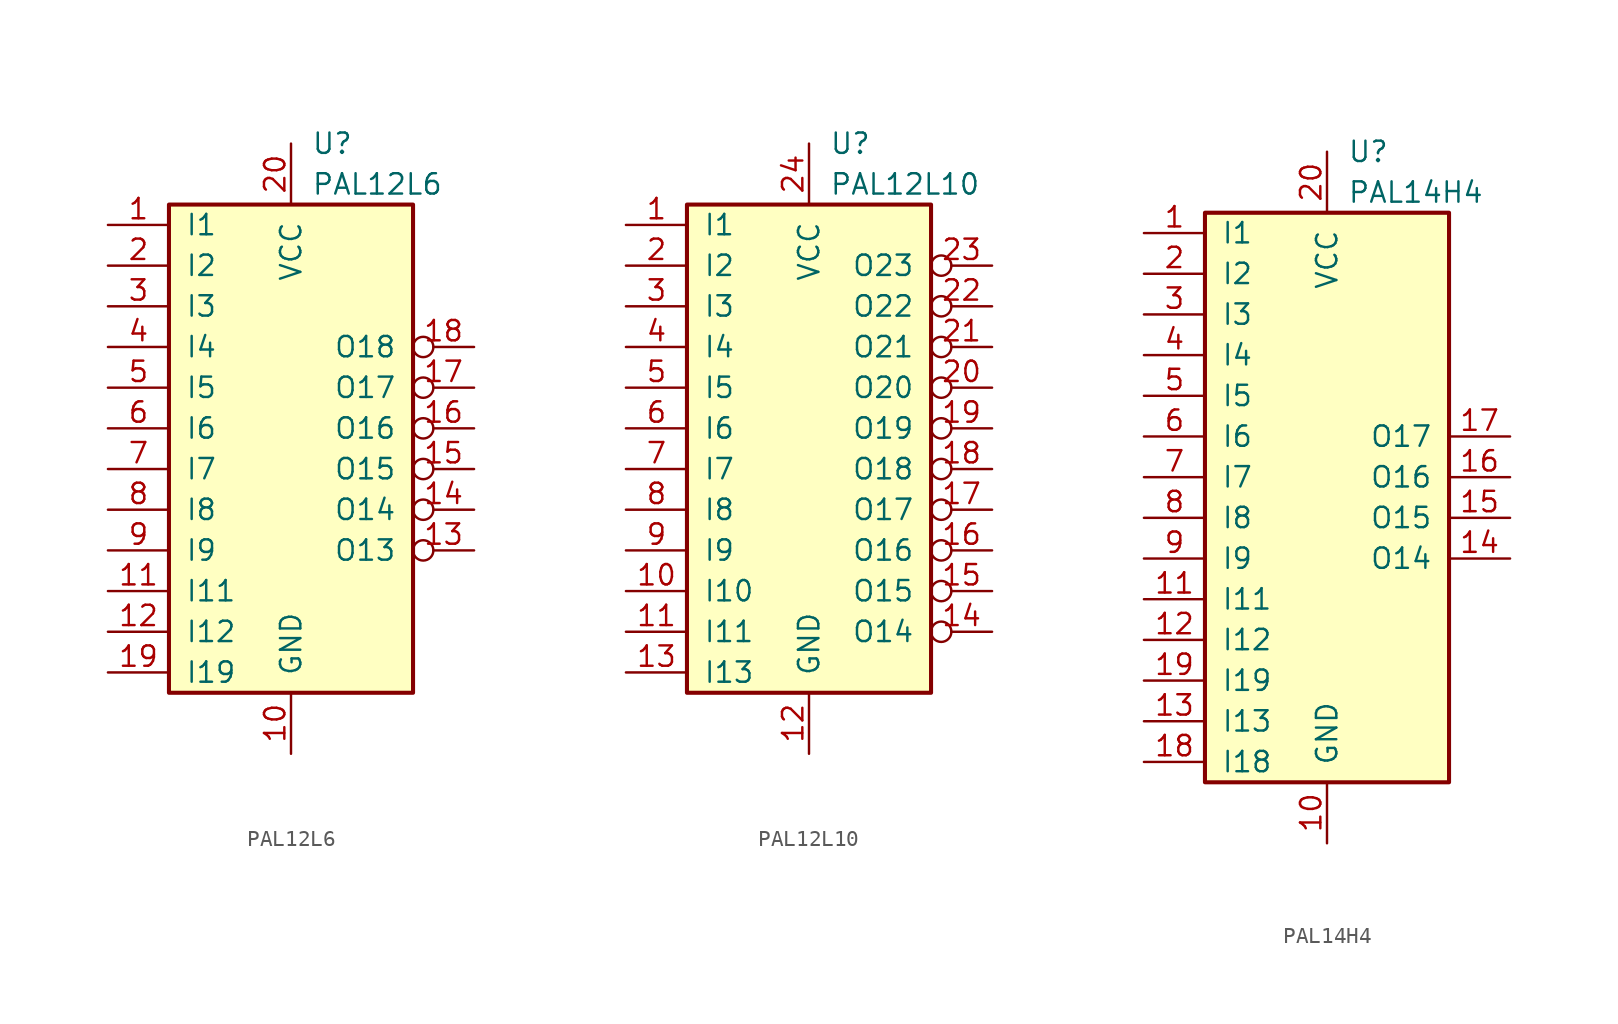
<source format=kicad_sym>
(kicad_symbol_lib
  (version 20220914)
  (generator kicad_symbol_editor)
  (symbol "PAL12L6"
    (pin_names
      (offset 1.016))
    (property "Reference" "U"
      (at 1.27 19.05 0)
      (do_not_autoplace)
      (effects (font (size 1.27 1.27)) (justify left)))
    (property "Value" "PAL12L6"
      (at 1.27 16.51 0)
      (do_not_autoplace)
      (effects (font (size 1.27 1.27)) (justify left)))
    (symbol "PAL12L6_0_0"
      (pin power_in line (at 0 -19.05 90) (length 3.81) (name "GND" (effects (font (size 1.27 1.27)))) (number "10" (effects (font (size 1.27 1.27)))))
      (pin power_in line (at 0 19.05 270) (length 3.81) (name "VCC" (effects (font (size 1.27 1.27)))) (number "20" (effects (font (size 1.27 1.27))))))
    (symbol "PAL12L6_0_1"
      (rectangle (start -7.62 15.24) (end 7.62 -15.24) (stroke (width 0.254) (type default)) (fill (type background))))
    (symbol "PAL12L6_1_1"
      (pin input line (at -11.43 13.97 0) (length 3.81) (name "I1" (effects (font (size 1.27 1.27)))) (number "1" (effects (font (size 1.27 1.27)))))
      (pin input line (at -11.43 -8.89 0) (length 3.81) (name "I11" (effects (font (size 1.27 1.27)))) (number "11" (effects (font (size 1.27 1.27)))))
      (pin input line (at -11.43 -11.43 0) (length 3.81) (name "I12" (effects (font (size 1.27 1.27)))) (number "12" (effects (font (size 1.27 1.27)))))
      (pin output inverted (at 11.43 -6.35 180) (length 3.81) (name "O13" (effects (font (size 1.27 1.27)))) (number "13" (effects (font (size 1.27 1.27)))))
      (pin output inverted (at 11.43 -3.81 180) (length 3.81) (name "O14" (effects (font (size 1.27 1.27)))) (number "14" (effects (font (size 1.27 1.27)))))
      (pin output inverted (at 11.43 -1.27 180) (length 3.81) (name "O15" (effects (font (size 1.27 1.27)))) (number "15" (effects (font (size 1.27 1.27)))))
      (pin output inverted (at 11.43 1.27 180) (length 3.81) (name "O16" (effects (font (size 1.27 1.27)))) (number "16" (effects (font (size 1.27 1.27)))))
      (pin output inverted (at 11.43 3.81 180) (length 3.81) (name "O17" (effects (font (size 1.27 1.27)))) (number "17" (effects (font (size 1.27 1.27)))))
      (pin output inverted (at 11.43 6.35 180) (length 3.81) (name "O18" (effects (font (size 1.27 1.27)))) (number "18" (effects (font (size 1.27 1.27)))))
      (pin input line (at -11.43 -13.97 0) (length 3.81) (name "I19" (effects (font (size 1.27 1.27)))) (number "19" (effects (font (size 1.27 1.27)))))
      (pin input line (at -11.43 11.43 0) (length 3.81) (name "I2" (effects (font (size 1.27 1.27)))) (number "2" (effects (font (size 1.27 1.27)))))
      (pin input line (at -11.43 8.89 0) (length 3.81) (name "I3" (effects (font (size 1.27 1.27)))) (number "3" (effects (font (size 1.27 1.27)))))
      (pin input line (at -11.43 6.35 0) (length 3.81) (name "I4" (effects (font (size 1.27 1.27)))) (number "4" (effects (font (size 1.27 1.27)))))
      (pin input line (at -11.43 3.81 0) (length 3.81) (name "I5" (effects (font (size 1.27 1.27)))) (number "5" (effects (font (size 1.27 1.27)))))
      (pin input line (at -11.43 1.27 0) (length 3.81) (name "I6" (effects (font (size 1.27 1.27)))) (number "6" (effects (font (size 1.27 1.27)))))
      (pin input line (at -11.43 -1.27 0) (length 3.81) (name "I7" (effects (font (size 1.27 1.27)))) (number "7" (effects (font (size 1.27 1.27)))))
      (pin input line (at -11.43 -3.81 0) (length 3.81) (name "I8" (effects (font (size 1.27 1.27)))) (number "8" (effects (font (size 1.27 1.27)))))
      (pin input line (at -11.43 -6.35 0) (length 3.81) (name "I9" (effects (font (size 1.27 1.27)))) (number "9" (effects (font (size 1.27 1.27)))))))
  (symbol "PAL12L10"
    (pin_names
      (offset 1.016))
    (property "Reference" "U"
      (at 1.27 19.05 0)
      (do_not_autoplace)
      (effects (font (size 1.27 1.27)) (justify left)))
    (property "Value" "PAL12L10"
      (at 1.27 16.51 0)
      (do_not_autoplace)
      (effects (font (size 1.27 1.27)) (justify left)))
    (symbol "PAL12L10_0_0"
      (pin power_in line (at 0 -19.05 90) (length 3.81) (name "GND" (effects (font (size 1.27 1.27)))) (number "12" (effects (font (size 1.27 1.27)))))
      (pin power_in line (at 0 19.05 270) (length 3.81) (name "VCC" (effects (font (size 1.27 1.27)))) (number "24" (effects (font (size 1.27 1.27))))))
    (symbol "PAL12L10_0_1"
      (rectangle (start -7.62 15.24) (end 7.62 -15.24) (stroke (width 0.254) (type default)) (fill (type background))))
    (symbol "PAL12L10_1_1"
      (pin input line (at -11.43 13.97 0) (length 3.81) (name "I1" (effects (font (size 1.27 1.27)))) (number "1" (effects (font (size 1.27 1.27)))))
      (pin input line (at -11.43 -8.89 0) (length 3.81) (name "I10" (effects (font (size 1.27 1.27)))) (number "10" (effects (font (size 1.27 1.27)))))
      (pin input line (at -11.43 -11.43 0) (length 3.81) (name "I11" (effects (font (size 1.27 1.27)))) (number "11" (effects (font (size 1.27 1.27)))))
      (pin input line (at -11.43 -13.97 0) (length 3.81) (name "I13" (effects (font (size 1.27 1.27)))) (number "13" (effects (font (size 1.27 1.27)))))
      (pin output inverted (at 11.43 -11.43 180) (length 3.81) (name "O14" (effects (font (size 1.27 1.27)))) (number "14" (effects (font (size 1.27 1.27)))))
      (pin output inverted (at 11.43 -8.89 180) (length 3.81) (name "O15" (effects (font (size 1.27 1.27)))) (number "15" (effects (font (size 1.27 1.27)))))
      (pin output inverted (at 11.43 -6.35 180) (length 3.81) (name "O16" (effects (font (size 1.27 1.27)))) (number "16" (effects (font (size 1.27 1.27)))))
      (pin output inverted (at 11.43 -3.81 180) (length 3.81) (name "O17" (effects (font (size 1.27 1.27)))) (number "17" (effects (font (size 1.27 1.27)))))
      (pin output inverted (at 11.43 -1.27 180) (length 3.81) (name "O18" (effects (font (size 1.27 1.27)))) (number "18" (effects (font (size 1.27 1.27)))))
      (pin output inverted (at 11.43 1.27 180) (length 3.81) (name "O19" (effects (font (size 1.27 1.27)))) (number "19" (effects (font (size 1.27 1.27)))))
      (pin input line (at -11.43 11.43 0) (length 3.81) (name "I2" (effects (font (size 1.27 1.27)))) (number "2" (effects (font (size 1.27 1.27)))))
      (pin output inverted (at 11.43 3.81 180) (length 3.81) (name "O20" (effects (font (size 1.27 1.27)))) (number "20" (effects (font (size 1.27 1.27)))))
      (pin output inverted (at 11.43 6.35 180) (length 3.81) (name "O21" (effects (font (size 1.27 1.27)))) (number "21" (effects (font (size 1.27 1.27)))))
      (pin output inverted (at 11.43 8.89 180) (length 3.81) (name "O22" (effects (font (size 1.27 1.27)))) (number "22" (effects (font (size 1.27 1.27)))))
      (pin output inverted (at 11.43 11.43 180) (length 3.81) (name "O23" (effects (font (size 1.27 1.27)))) (number "23" (effects (font (size 1.27 1.27)))))
      (pin input line (at -11.43 8.89 0) (length 3.81) (name "I3" (effects (font (size 1.27 1.27)))) (number "3" (effects (font (size 1.27 1.27)))))
      (pin input line (at -11.43 6.35 0) (length 3.81) (name "I4" (effects (font (size 1.27 1.27)))) (number "4" (effects (font (size 1.27 1.27)))))
      (pin input line (at -11.43 3.81 0) (length 3.81) (name "I5" (effects (font (size 1.27 1.27)))) (number "5" (effects (font (size 1.27 1.27)))))
      (pin input line (at -11.43 1.27 0) (length 3.81) (name "I6" (effects (font (size 1.27 1.27)))) (number "6" (effects (font (size 1.27 1.27)))))
      (pin input line (at -11.43 -1.27 0) (length 3.81) (name "I7" (effects (font (size 1.27 1.27)))) (number "7" (effects (font (size 1.27 1.27)))))
      (pin input line (at -11.43 -3.81 0) (length 3.81) (name "I8" (effects (font (size 1.27 1.27)))) (number "8" (effects (font (size 1.27 1.27)))))
      (pin input line (at -11.43 -6.35 0) (length 3.81) (name "I9" (effects (font (size 1.27 1.27)))) (number "9" (effects (font (size 1.27 1.27)))))))
  (symbol "PAL14H4"
    (pin_names
      (offset 1.016))
    (property "Reference" "U"
      (at 1.27 21.59 0)
      (do_not_autoplace)
      (effects (font (size 1.27 1.27)) (justify left)))
    (property "Value" "PAL14H4"
      (at 1.27 19.05 0)
      (do_not_autoplace)
      (effects (font (size 1.27 1.27)) (justify left)))
    (symbol "PAL14H4_0_0"
      (pin power_in line (at 0 -21.59 90) (length 3.81) (name "GND" (effects (font (size 1.27 1.27)))) (number "10" (effects (font (size 1.27 1.27)))))
      (pin power_in line (at 0 21.59 270) (length 3.81) (name "VCC" (effects (font (size 1.27 1.27)))) (number "20" (effects (font (size 1.27 1.27))))))
    (symbol "PAL14H4_0_1"
      (rectangle (start -7.62 17.78) (end 7.62 -17.78) (stroke (width 0.254) (type default)) (fill (type background))))
    (symbol "PAL14H4_1_1"
      (pin input line (at -11.43 16.51 0) (length 3.81) (name "I1" (effects (font (size 1.27 1.27)))) (number "1" (effects (font (size 1.27 1.27)))))
      (pin input line (at -11.43 -6.35 0) (length 3.81) (name "I11" (effects (font (size 1.27 1.27)))) (number "11" (effects (font (size 1.27 1.27)))))
      (pin input line (at -11.43 -8.89 0) (length 3.81) (name "I12" (effects (font (size 1.27 1.27)))) (number "12" (effects (font (size 1.27 1.27)))))
      (pin input line (at -11.43 -13.97 0) (length 3.81) (name "I13" (effects (font (size 1.27 1.27)))) (number "13" (effects (font (size 1.27 1.27)))))
      (pin output line (at 11.43 -3.81 180) (length 3.81) (name "O14" (effects (font (size 1.27 1.27)))) (number "14" (effects (font (size 1.27 1.27)))))
      (pin output line (at 11.43 -1.27 180) (length 3.81) (name "O15" (effects (font (size 1.27 1.27)))) (number "15" (effects (font (size 1.27 1.27)))))
      (pin output line (at 11.43 1.27 180) (length 3.81) (name "O16" (effects (font (size 1.27 1.27)))) (number "16" (effects (font (size 1.27 1.27)))))
      (pin output line (at 11.43 3.81 180) (length 3.81) (name "O17" (effects (font (size 1.27 1.27)))) (number "17" (effects (font (size 1.27 1.27)))))
      (pin input line (at -11.43 -16.51 0) (length 3.81) (name "I18" (effects (font (size 1.27 1.27)))) (number "18" (effects (font (size 1.27 1.27)))))
      (pin input line (at -11.43 -11.43 0) (length 3.81) (name "I19" (effects (font (size 1.27 1.27)))) (number "19" (effects (font (size 1.27 1.27)))))
      (pin input line (at -11.43 13.97 0) (length 3.81) (name "I2" (effects (font (size 1.27 1.27)))) (number "2" (effects (font (size 1.27 1.27)))))
      (pin input line (at -11.43 11.43 0) (length 3.81) (name "I3" (effects (font (size 1.27 1.27)))) (number "3" (effects (font (size 1.27 1.27)))))
      (pin input line (at -11.43 8.89 0) (length 3.81) (name "I4" (effects (font (size 1.27 1.27)))) (number "4" (effects (font (size 1.27 1.27)))))
      (pin input line (at -11.43 6.35 0) (length 3.81) (name "I5" (effects (font (size 1.27 1.27)))) (number "5" (effects (font (size 1.27 1.27)))))
      (pin input line (at -11.43 3.81 0) (length 3.81) (name "I6" (effects (font (size 1.27 1.27)))) (number "6" (effects (font (size 1.27 1.27)))))
      (pin input line (at -11.43 1.27 0) (length 3.81) (name "I7" (effects (font (size 1.27 1.27)))) (number "7" (effects (font (size 1.27 1.27)))))
      (pin input line (at -11.43 -1.27 0) (length 3.81) (name "I8" (effects (font (size 1.27 1.27)))) (number "8" (effects (font (size 1.27 1.27)))))
      (pin input line (at -11.43 -3.81 0) (length 3.81) (name "I9" (effects (font (size 1.27 1.27)))) (number "9" (effects (font (size 1.27 1.27))))))))
</source>
